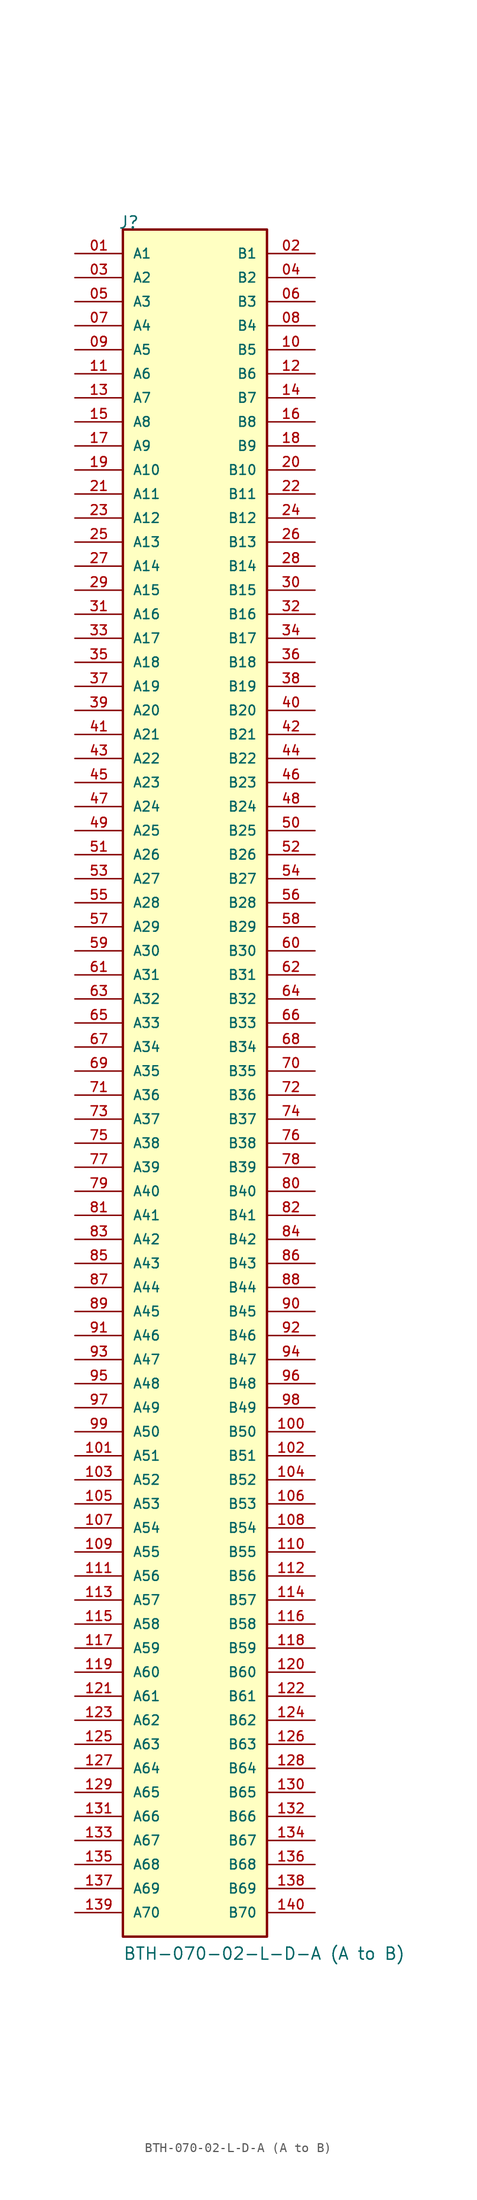
<source format=kicad_sym>
(kicad_symbol_lib
  (version 20241209)
  (generator "kicad_symbol_editor")
  (generator_version "9.0")
  (symbol "BTH-070-02-L-D-A (A to B)"
    (pin_names
      (offset 1.016))
    (property "Reference" "J"
      (at -8.12 91.44 0)
      (effects (font (size 1.27 1.27)) (justify left bottom)))
    (property "Value" "BTH-070-02-L-D-A (A to B)"
      (at -7.62 -91.44 0)
      (effects (font (size 1.27 1.27)) (justify left bottom)))
    (symbol "BTH-070-02-L-D-A (A to B)_0_0"
      (rectangle (start -7.62 91.44) (end 7.62 -88.9) (stroke (width 0.254) (type default)) (fill (type background))))
    (symbol "BTH-070-02-L-D-A (A to B)_1_0"
      (pin passive line (at -12.7 88.9 0) (length 5.08) (name "A1" (effects (font (size 1.016 1.016)))) (number "01" (effects (font (size 1.016 1.016)))))
      (pin passive line (at -12.7 86.36 0) (length 5.08) (name "A2" (effects (font (size 1.016 1.016)))) (number "03" (effects (font (size 1.016 1.016)))))
      (pin passive line (at -12.7 83.82 0) (length 5.08) (name "A3" (effects (font (size 1.016 1.016)))) (number "05" (effects (font (size 1.016 1.016)))))
      (pin passive line (at -12.7 81.28 0) (length 5.08) (name "A4" (effects (font (size 1.016 1.016)))) (number "07" (effects (font (size 1.016 1.016)))))
      (pin passive line (at -12.7 78.74 0) (length 5.08) (name "A5" (effects (font (size 1.016 1.016)))) (number "09" (effects (font (size 1.016 1.016)))))
      (pin passive line (at -12.7 76.2 0) (length 5.08) (name "A6" (effects (font (size 1.016 1.016)))) (number "11" (effects (font (size 1.016 1.016)))))
      (pin passive line (at -12.7 73.66 0) (length 5.08) (name "A7" (effects (font (size 1.016 1.016)))) (number "13" (effects (font (size 1.016 1.016)))))
      (pin passive line (at -12.7 71.12 0) (length 5.08) (name "A8" (effects (font (size 1.016 1.016)))) (number "15" (effects (font (size 1.016 1.016)))))
      (pin passive line (at -12.7 68.58 0) (length 5.08) (name "A9" (effects (font (size 1.016 1.016)))) (number "17" (effects (font (size 1.016 1.016)))))
      (pin passive line (at -12.7 66.04 0) (length 5.08) (name "A10" (effects (font (size 1.016 1.016)))) (number "19" (effects (font (size 1.016 1.016)))))
      (pin passive line (at -12.7 63.5 0) (length 5.08) (name "A11" (effects (font (size 1.016 1.016)))) (number "21" (effects (font (size 1.016 1.016)))))
      (pin passive line (at -12.7 60.96 0) (length 5.08) (name "A12" (effects (font (size 1.016 1.016)))) (number "23" (effects (font (size 1.016 1.016)))))
      (pin passive line (at -12.7 58.42 0) (length 5.08) (name "A13" (effects (font (size 1.016 1.016)))) (number "25" (effects (font (size 1.016 1.016)))))
      (pin passive line (at -12.7 55.88 0) (length 5.08) (name "A14" (effects (font (size 1.016 1.016)))) (number "27" (effects (font (size 1.016 1.016)))))
      (pin passive line (at -12.7 53.34 0) (length 5.08) (name "A15" (effects (font (size 1.016 1.016)))) (number "29" (effects (font (size 1.016 1.016)))))
      (pin passive line (at -12.7 50.8 0) (length 5.08) (name "A16" (effects (font (size 1.016 1.016)))) (number "31" (effects (font (size 1.016 1.016)))))
      (pin passive line (at -12.7 48.26 0) (length 5.08) (name "A17" (effects (font (size 1.016 1.016)))) (number "33" (effects (font (size 1.016 1.016)))))
      (pin passive line (at -12.7 45.72 0) (length 5.08) (name "A18" (effects (font (size 1.016 1.016)))) (number "35" (effects (font (size 1.016 1.016)))))
      (pin passive line (at -12.7 43.18 0) (length 5.08) (name "A19" (effects (font (size 1.016 1.016)))) (number "37" (effects (font (size 1.016 1.016)))))
      (pin passive line (at -12.7 40.64 0) (length 5.08) (name "A20" (effects (font (size 1.016 1.016)))) (number "39" (effects (font (size 1.016 1.016)))))
      (pin passive line (at -12.7 38.1 0) (length 5.08) (name "A21" (effects (font (size 1.016 1.016)))) (number "41" (effects (font (size 1.016 1.016)))))
      (pin passive line (at -12.7 35.56 0) (length 5.08) (name "A22" (effects (font (size 1.016 1.016)))) (number "43" (effects (font (size 1.016 1.016)))))
      (pin passive line (at -12.7 33.02 0) (length 5.08) (name "A23" (effects (font (size 1.016 1.016)))) (number "45" (effects (font (size 1.016 1.016)))))
      (pin passive line (at -12.7 30.48 0) (length 5.08) (name "A24" (effects (font (size 1.016 1.016)))) (number "47" (effects (font (size 1.016 1.016)))))
      (pin passive line (at -12.7 27.94 0) (length 5.08) (name "A25" (effects (font (size 1.016 1.016)))) (number "49" (effects (font (size 1.016 1.016)))))
      (pin passive line (at -12.7 25.4 0) (length 5.08) (name "A26" (effects (font (size 1.016 1.016)))) (number "51" (effects (font (size 1.016 1.016)))))
      (pin passive line (at -12.7 22.86 0) (length 5.08) (name "A27" (effects (font (size 1.016 1.016)))) (number "53" (effects (font (size 1.016 1.016)))))
      (pin passive line (at -12.7 20.32 0) (length 5.08) (name "A28" (effects (font (size 1.016 1.016)))) (number "55" (effects (font (size 1.016 1.016)))))
      (pin passive line (at -12.7 17.78 0) (length 5.08) (name "A29" (effects (font (size 1.016 1.016)))) (number "57" (effects (font (size 1.016 1.016)))))
      (pin passive line (at -12.7 15.24 0) (length 5.08) (name "A30" (effects (font (size 1.016 1.016)))) (number "59" (effects (font (size 1.016 1.016)))))
      (pin passive line (at -12.7 12.7 0) (length 5.08) (name "A31" (effects (font (size 1.016 1.016)))) (number "61" (effects (font (size 1.016 1.016)))))
      (pin passive line (at -12.7 10.16 0) (length 5.08) (name "A32" (effects (font (size 1.016 1.016)))) (number "63" (effects (font (size 1.016 1.016)))))
      (pin passive line (at -12.7 7.62 0) (length 5.08) (name "A33" (effects (font (size 1.016 1.016)))) (number "65" (effects (font (size 1.016 1.016)))))
      (pin passive line (at -12.7 5.08 0) (length 5.08) (name "A34" (effects (font (size 1.016 1.016)))) (number "67" (effects (font (size 1.016 1.016)))))
      (pin passive line (at -12.7 2.54 0) (length 5.08) (name "A35" (effects (font (size 1.016 1.016)))) (number "69" (effects (font (size 1.016 1.016)))))
      (pin passive line (at -12.7 0 0) (length 5.08) (name "A36" (effects (font (size 1.016 1.016)))) (number "71" (effects (font (size 1.016 1.016)))))
      (pin passive line (at -12.7 -2.54 0) (length 5.08) (name "A37" (effects (font (size 1.016 1.016)))) (number "73" (effects (font (size 1.016 1.016)))))
      (pin passive line (at -12.7 -5.08 0) (length 5.08) (name "A38" (effects (font (size 1.016 1.016)))) (number "75" (effects (font (size 1.016 1.016)))))
      (pin passive line (at -12.7 -7.62 0) (length 5.08) (name "A39" (effects (font (size 1.016 1.016)))) (number "77" (effects (font (size 1.016 1.016)))))
      (pin passive line (at -12.7 -10.16 0) (length 5.08) (name "A40" (effects (font (size 1.016 1.016)))) (number "79" (effects (font (size 1.016 1.016)))))
      (pin passive line (at -12.7 -12.7 0) (length 5.08) (name "A41" (effects (font (size 1.016 1.016)))) (number "81" (effects (font (size 1.016 1.016)))))
      (pin passive line (at -12.7 -15.24 0) (length 5.08) (name "A42" (effects (font (size 1.016 1.016)))) (number "83" (effects (font (size 1.016 1.016)))))
      (pin passive line (at -12.7 -17.78 0) (length 5.08) (name "A43" (effects (font (size 1.016 1.016)))) (number "85" (effects (font (size 1.016 1.016)))))
      (pin passive line (at -12.7 -20.32 0) (length 5.08) (name "A44" (effects (font (size 1.016 1.016)))) (number "87" (effects (font (size 1.016 1.016)))))
      (pin passive line (at -12.7 -22.86 0) (length 5.08) (name "A45" (effects (font (size 1.016 1.016)))) (number "89" (effects (font (size 1.016 1.016)))))
      (pin passive line (at -12.7 -25.4 0) (length 5.08) (name "A46" (effects (font (size 1.016 1.016)))) (number "91" (effects (font (size 1.016 1.016)))))
      (pin passive line (at -12.7 -27.94 0) (length 5.08) (name "A47" (effects (font (size 1.016 1.016)))) (number "93" (effects (font (size 1.016 1.016)))))
      (pin passive line (at -12.7 -30.48 0) (length 5.08) (name "A48" (effects (font (size 1.016 1.016)))) (number "95" (effects (font (size 1.016 1.016)))))
      (pin passive line (at -12.7 -33.02 0) (length 5.08) (name "A49" (effects (font (size 1.016 1.016)))) (number "97" (effects (font (size 1.016 1.016)))))
      (pin passive line (at -12.7 -35.56 0) (length 5.08) (name "A50" (effects (font (size 1.016 1.016)))) (number "99" (effects (font (size 1.016 1.016)))))
      (pin passive line (at -12.7 -38.1 0) (length 5.08) (name "A51" (effects (font (size 1.016 1.016)))) (number "101" (effects (font (size 1.016 1.016)))))
      (pin passive line (at -12.7 -40.64 0) (length 5.08) (name "A52" (effects (font (size 1.016 1.016)))) (number "103" (effects (font (size 1.016 1.016)))))
      (pin passive line (at -12.7 -43.18 0) (length 5.08) (name "A53" (effects (font (size 1.016 1.016)))) (number "105" (effects (font (size 1.016 1.016)))))
      (pin passive line (at -12.7 -45.72 0) (length 5.08) (name "A54" (effects (font (size 1.016 1.016)))) (number "107" (effects (font (size 1.016 1.016)))))
      (pin passive line (at -12.7 -48.26 0) (length 5.08) (name "A55" (effects (font (size 1.016 1.016)))) (number "109" (effects (font (size 1.016 1.016)))))
      (pin passive line (at -12.7 -50.8 0) (length 5.08) (name "A56" (effects (font (size 1.016 1.016)))) (number "111" (effects (font (size 1.016 1.016)))))
      (pin passive line (at -12.7 -53.34 0) (length 5.08) (name "A57" (effects (font (size 1.016 1.016)))) (number "113" (effects (font (size 1.016 1.016)))))
      (pin passive line (at -12.7 -55.88 0) (length 5.08) (name "A58" (effects (font (size 1.016 1.016)))) (number "115" (effects (font (size 1.016 1.016)))))
      (pin passive line (at -12.7 -58.42 0) (length 5.08) (name "A59" (effects (font (size 1.016 1.016)))) (number "117" (effects (font (size 1.016 1.016)))))
      (pin passive line (at -12.7 -60.96 0) (length 5.08) (name "A60" (effects (font (size 1.016 1.016)))) (number "119" (effects (font (size 1.016 1.016)))))
      (pin passive line (at -12.7 -63.5 0) (length 5.08) (name "A61" (effects (font (size 1.016 1.016)))) (number "121" (effects (font (size 1.016 1.016)))))
      (pin passive line (at -12.7 -66.04 0) (length 5.08) (name "A62" (effects (font (size 1.016 1.016)))) (number "123" (effects (font (size 1.016 1.016)))))
      (pin passive line (at -12.7 -68.58 0) (length 5.08) (name "A63" (effects (font (size 1.016 1.016)))) (number "125" (effects (font (size 1.016 1.016)))))
      (pin passive line (at -12.7 -71.12 0) (length 5.08) (name "A64" (effects (font (size 1.016 1.016)))) (number "127" (effects (font (size 1.016 1.016)))))
      (pin passive line (at -12.7 -73.66 0) (length 5.08) (name "A65" (effects (font (size 1.016 1.016)))) (number "129" (effects (font (size 1.016 1.016)))))
      (pin passive line (at -12.7 -76.2 0) (length 5.08) (name "A66" (effects (font (size 1.016 1.016)))) (number "131" (effects (font (size 1.016 1.016)))))
      (pin passive line (at -12.7 -78.74 0) (length 5.08) (name "A67" (effects (font (size 1.016 1.016)))) (number "133" (effects (font (size 1.016 1.016)))))
      (pin passive line (at -12.7 -81.28 0) (length 5.08) (name "A68" (effects (font (size 1.016 1.016)))) (number "135" (effects (font (size 1.016 1.016)))))
      (pin passive line (at -12.7 -83.82 0) (length 5.08) (name "A69" (effects (font (size 1.016 1.016)))) (number "137" (effects (font (size 1.016 1.016)))))
      (pin passive line (at -12.7 -86.36 0) (length 5.08) (name "A70" (effects (font (size 1.016 1.016)))) (number "139" (effects (font (size 1.016 1.016)))))
      (pin passive line (at 12.7 88.9 180) (length 5.08) (name "B1" (effects (font (size 1.016 1.016)))) (number "02" (effects (font (size 1.016 1.016)))))
      (pin passive line (at 12.7 86.36 180) (length 5.08) (name "B2" (effects (font (size 1.016 1.016)))) (number "04" (effects (font (size 1.016 1.016)))))
      (pin passive line (at 12.7 83.82 180) (length 5.08) (name "B3" (effects (font (size 1.016 1.016)))) (number "06" (effects (font (size 1.016 1.016)))))
      (pin passive line (at 12.7 81.28 180) (length 5.08) (name "B4" (effects (font (size 1.016 1.016)))) (number "08" (effects (font (size 1.016 1.016)))))
      (pin passive line (at 12.7 78.74 180) (length 5.08) (name "B5" (effects (font (size 1.016 1.016)))) (number "10" (effects (font (size 1.016 1.016)))))
      (pin passive line (at 12.7 76.2 180) (length 5.08) (name "B6" (effects (font (size 1.016 1.016)))) (number "12" (effects (font (size 1.016 1.016)))))
      (pin passive line (at 12.7 73.66 180) (length 5.08) (name "B7" (effects (font (size 1.016 1.016)))) (number "14" (effects (font (size 1.016 1.016)))))
      (pin passive line (at 12.7 71.12 180) (length 5.08) (name "B8" (effects (font (size 1.016 1.016)))) (number "16" (effects (font (size 1.016 1.016)))))
      (pin passive line (at 12.7 68.58 180) (length 5.08) (name "B9" (effects (font (size 1.016 1.016)))) (number "18" (effects (font (size 1.016 1.016)))))
      (pin passive line (at 12.7 66.04 180) (length 5.08) (name "B10" (effects (font (size 1.016 1.016)))) (number "20" (effects (font (size 1.016 1.016)))))
      (pin passive line (at 12.7 63.5 180) (length 5.08) (name "B11" (effects (font (size 1.016 1.016)))) (number "22" (effects (font (size 1.016 1.016)))))
      (pin passive line (at 12.7 60.96 180) (length 5.08) (name "B12" (effects (font (size 1.016 1.016)))) (number "24" (effects (font (size 1.016 1.016)))))
      (pin passive line (at 12.7 58.42 180) (length 5.08) (name "B13" (effects (font (size 1.016 1.016)))) (number "26" (effects (font (size 1.016 1.016)))))
      (pin passive line (at 12.7 55.88 180) (length 5.08) (name "B14" (effects (font (size 1.016 1.016)))) (number "28" (effects (font (size 1.016 1.016)))))
      (pin passive line (at 12.7 53.34 180) (length 5.08) (name "B15" (effects (font (size 1.016 1.016)))) (number "30" (effects (font (size 1.016 1.016)))))
      (pin passive line (at 12.7 50.8 180) (length 5.08) (name "B16" (effects (font (size 1.016 1.016)))) (number "32" (effects (font (size 1.016 1.016)))))
      (pin passive line (at 12.7 48.26 180) (length 5.08) (name "B17" (effects (font (size 1.016 1.016)))) (number "34" (effects (font (size 1.016 1.016)))))
      (pin passive line (at 12.7 45.72 180) (length 5.08) (name "B18" (effects (font (size 1.016 1.016)))) (number "36" (effects (font (size 1.016 1.016)))))
      (pin passive line (at 12.7 43.18 180) (length 5.08) (name "B19" (effects (font (size 1.016 1.016)))) (number "38" (effects (font (size 1.016 1.016)))))
      (pin passive line (at 12.7 40.64 180) (length 5.08) (name "B20" (effects (font (size 1.016 1.016)))) (number "40" (effects (font (size 1.016 1.016)))))
      (pin passive line (at 12.7 38.1 180) (length 5.08) (name "B21" (effects (font (size 1.016 1.016)))) (number "42" (effects (font (size 1.016 1.016)))))
      (pin passive line (at 12.7 35.56 180) (length 5.08) (name "B22" (effects (font (size 1.016 1.016)))) (number "44" (effects (font (size 1.016 1.016)))))
      (pin passive line (at 12.7 33.02 180) (length 5.08) (name "B23" (effects (font (size 1.016 1.016)))) (number "46" (effects (font (size 1.016 1.016)))))
      (pin passive line (at 12.7 30.48 180) (length 5.08) (name "B24" (effects (font (size 1.016 1.016)))) (number "48" (effects (font (size 1.016 1.016)))))
      (pin passive line (at 12.7 27.94 180) (length 5.08) (name "B25" (effects (font (size 1.016 1.016)))) (number "50" (effects (font (size 1.016 1.016)))))
      (pin passive line (at 12.7 25.4 180) (length 5.08) (name "B26" (effects (font (size 1.016 1.016)))) (number "52" (effects (font (size 1.016 1.016)))))
      (pin passive line (at 12.7 22.86 180) (length 5.08) (name "B27" (effects (font (size 1.016 1.016)))) (number "54" (effects (font (size 1.016 1.016)))))
      (pin passive line (at 12.7 20.32 180) (length 5.08) (name "B28" (effects (font (size 1.016 1.016)))) (number "56" (effects (font (size 1.016 1.016)))))
      (pin passive line (at 12.7 17.78 180) (length 5.08) (name "B29" (effects (font (size 1.016 1.016)))) (number "58" (effects (font (size 1.016 1.016)))))
      (pin passive line (at 12.7 15.24 180) (length 5.08) (name "B30" (effects (font (size 1.016 1.016)))) (number "60" (effects (font (size 1.016 1.016)))))
      (pin passive line (at 12.7 12.7 180) (length 5.08) (name "B31" (effects (font (size 1.016 1.016)))) (number "62" (effects (font (size 1.016 1.016)))))
      (pin passive line (at 12.7 10.16 180) (length 5.08) (name "B32" (effects (font (size 1.016 1.016)))) (number "64" (effects (font (size 1.016 1.016)))))
      (pin passive line (at 12.7 7.62 180) (length 5.08) (name "B33" (effects (font (size 1.016 1.016)))) (number "66" (effects (font (size 1.016 1.016)))))
      (pin passive line (at 12.7 5.08 180) (length 5.08) (name "B34" (effects (font (size 1.016 1.016)))) (number "68" (effects (font (size 1.016 1.016)))))
      (pin passive line (at 12.7 2.54 180) (length 5.08) (name "B35" (effects (font (size 1.016 1.016)))) (number "70" (effects (font (size 1.016 1.016)))))
      (pin passive line (at 12.7 0 180) (length 5.08) (name "B36" (effects (font (size 1.016 1.016)))) (number "72" (effects (font (size 1.016 1.016)))))
      (pin passive line (at 12.7 -2.54 180) (length 5.08) (name "B37" (effects (font (size 1.016 1.016)))) (number "74" (effects (font (size 1.016 1.016)))))
      (pin passive line (at 12.7 -5.08 180) (length 5.08) (name "B38" (effects (font (size 1.016 1.016)))) (number "76" (effects (font (size 1.016 1.016)))))
      (pin passive line (at 12.7 -7.62 180) (length 5.08) (name "B39" (effects (font (size 1.016 1.016)))) (number "78" (effects (font (size 1.016 1.016)))))
      (pin passive line (at 12.7 -10.16 180) (length 5.08) (name "B40" (effects (font (size 1.016 1.016)))) (number "80" (effects (font (size 1.016 1.016)))))
      (pin passive line (at 12.7 -12.7 180) (length 5.08) (name "B41" (effects (font (size 1.016 1.016)))) (number "82" (effects (font (size 1.016 1.016)))))
      (pin passive line (at 12.7 -15.24 180) (length 5.08) (name "B42" (effects (font (size 1.016 1.016)))) (number "84" (effects (font (size 1.016 1.016)))))
      (pin passive line (at 12.7 -17.78 180) (length 5.08) (name "B43" (effects (font (size 1.016 1.016)))) (number "86" (effects (font (size 1.016 1.016)))))
      (pin passive line (at 12.7 -20.32 180) (length 5.08) (name "B44" (effects (font (size 1.016 1.016)))) (number "88" (effects (font (size 1.016 1.016)))))
      (pin passive line (at 12.7 -22.86 180) (length 5.08) (name "B45" (effects (font (size 1.016 1.016)))) (number "90" (effects (font (size 1.016 1.016)))))
      (pin passive line (at 12.7 -25.4 180) (length 5.08) (name "B46" (effects (font (size 1.016 1.016)))) (number "92" (effects (font (size 1.016 1.016)))))
      (pin passive line (at 12.7 -27.94 180) (length 5.08) (name "B47" (effects (font (size 1.016 1.016)))) (number "94" (effects (font (size 1.016 1.016)))))
      (pin passive line (at 12.7 -30.48 180) (length 5.08) (name "B48" (effects (font (size 1.016 1.016)))) (number "96" (effects (font (size 1.016 1.016)))))
      (pin passive line (at 12.7 -33.02 180) (length 5.08) (name "B49" (effects (font (size 1.016 1.016)))) (number "98" (effects (font (size 1.016 1.016)))))
      (pin passive line (at 12.7 -35.56 180) (length 5.08) (name "B50" (effects (font (size 1.016 1.016)))) (number "100" (effects (font (size 1.016 1.016)))))
      (pin passive line (at 12.7 -38.1 180) (length 5.08) (name "B51" (effects (font (size 1.016 1.016)))) (number "102" (effects (font (size 1.016 1.016)))))
      (pin passive line (at 12.7 -40.64 180) (length 5.08) (name "B52" (effects (font (size 1.016 1.016)))) (number "104" (effects (font (size 1.016 1.016)))))
      (pin passive line (at 12.7 -43.18 180) (length 5.08) (name "B53" (effects (font (size 1.016 1.016)))) (number "106" (effects (font (size 1.016 1.016)))))
      (pin passive line (at 12.7 -45.72 180) (length 5.08) (name "B54" (effects (font (size 1.016 1.016)))) (number "108" (effects (font (size 1.016 1.016)))))
      (pin passive line (at 12.7 -48.26 180) (length 5.08) (name "B55" (effects (font (size 1.016 1.016)))) (number "110" (effects (font (size 1.016 1.016)))))
      (pin passive line (at 12.7 -50.8 180) (length 5.08) (name "B56" (effects (font (size 1.016 1.016)))) (number "112" (effects (font (size 1.016 1.016)))))
      (pin passive line (at 12.7 -53.34 180) (length 5.08) (name "B57" (effects (font (size 1.016 1.016)))) (number "114" (effects (font (size 1.016 1.016)))))
      (pin passive line (at 12.7 -55.88 180) (length 5.08) (name "B58" (effects (font (size 1.016 1.016)))) (number "116" (effects (font (size 1.016 1.016)))))
      (pin passive line (at 12.7 -58.42 180) (length 5.08) (name "B59" (effects (font (size 1.016 1.016)))) (number "118" (effects (font (size 1.016 1.016)))))
      (pin passive line (at 12.7 -60.96 180) (length 5.08) (name "B60" (effects (font (size 1.016 1.016)))) (number "120" (effects (font (size 1.016 1.016)))))
      (pin passive line (at 12.7 -63.5 180) (length 5.08) (name "B61" (effects (font (size 1.016 1.016)))) (number "122" (effects (font (size 1.016 1.016)))))
      (pin passive line (at 12.7 -66.04 180) (length 5.08) (name "B62" (effects (font (size 1.016 1.016)))) (number "124" (effects (font (size 1.016 1.016)))))
      (pin passive line (at 12.7 -68.58 180) (length 5.08) (name "B63" (effects (font (size 1.016 1.016)))) (number "126" (effects (font (size 1.016 1.016)))))
      (pin passive line (at 12.7 -71.12 180) (length 5.08) (name "B64" (effects (font (size 1.016 1.016)))) (number "128" (effects (font (size 1.016 1.016)))))
      (pin passive line (at 12.7 -73.66 180) (length 5.08) (name "B65" (effects (font (size 1.016 1.016)))) (number "130" (effects (font (size 1.016 1.016)))))
      (pin passive line (at 12.7 -76.2 180) (length 5.08) (name "B66" (effects (font (size 1.016 1.016)))) (number "132" (effects (font (size 1.016 1.016)))))
      (pin passive line (at 12.7 -78.74 180) (length 5.08) (name "B67" (effects (font (size 1.016 1.016)))) (number "134" (effects (font (size 1.016 1.016)))))
      (pin passive line (at 12.7 -81.28 180) (length 5.08) (name "B68" (effects (font (size 1.016 1.016)))) (number "136" (effects (font (size 1.016 1.016)))))
      (pin passive line (at 12.7 -83.82 180) (length 5.08) (name "B69" (effects (font (size 1.016 1.016)))) (number "138" (effects (font (size 1.016 1.016)))))
      (pin passive line (at 12.7 -86.36 180) (length 5.08) (name "B70" (effects (font (size 1.016 1.016)))) (number "140" (effects (font (size 1.016 1.016))))))))
</source>
